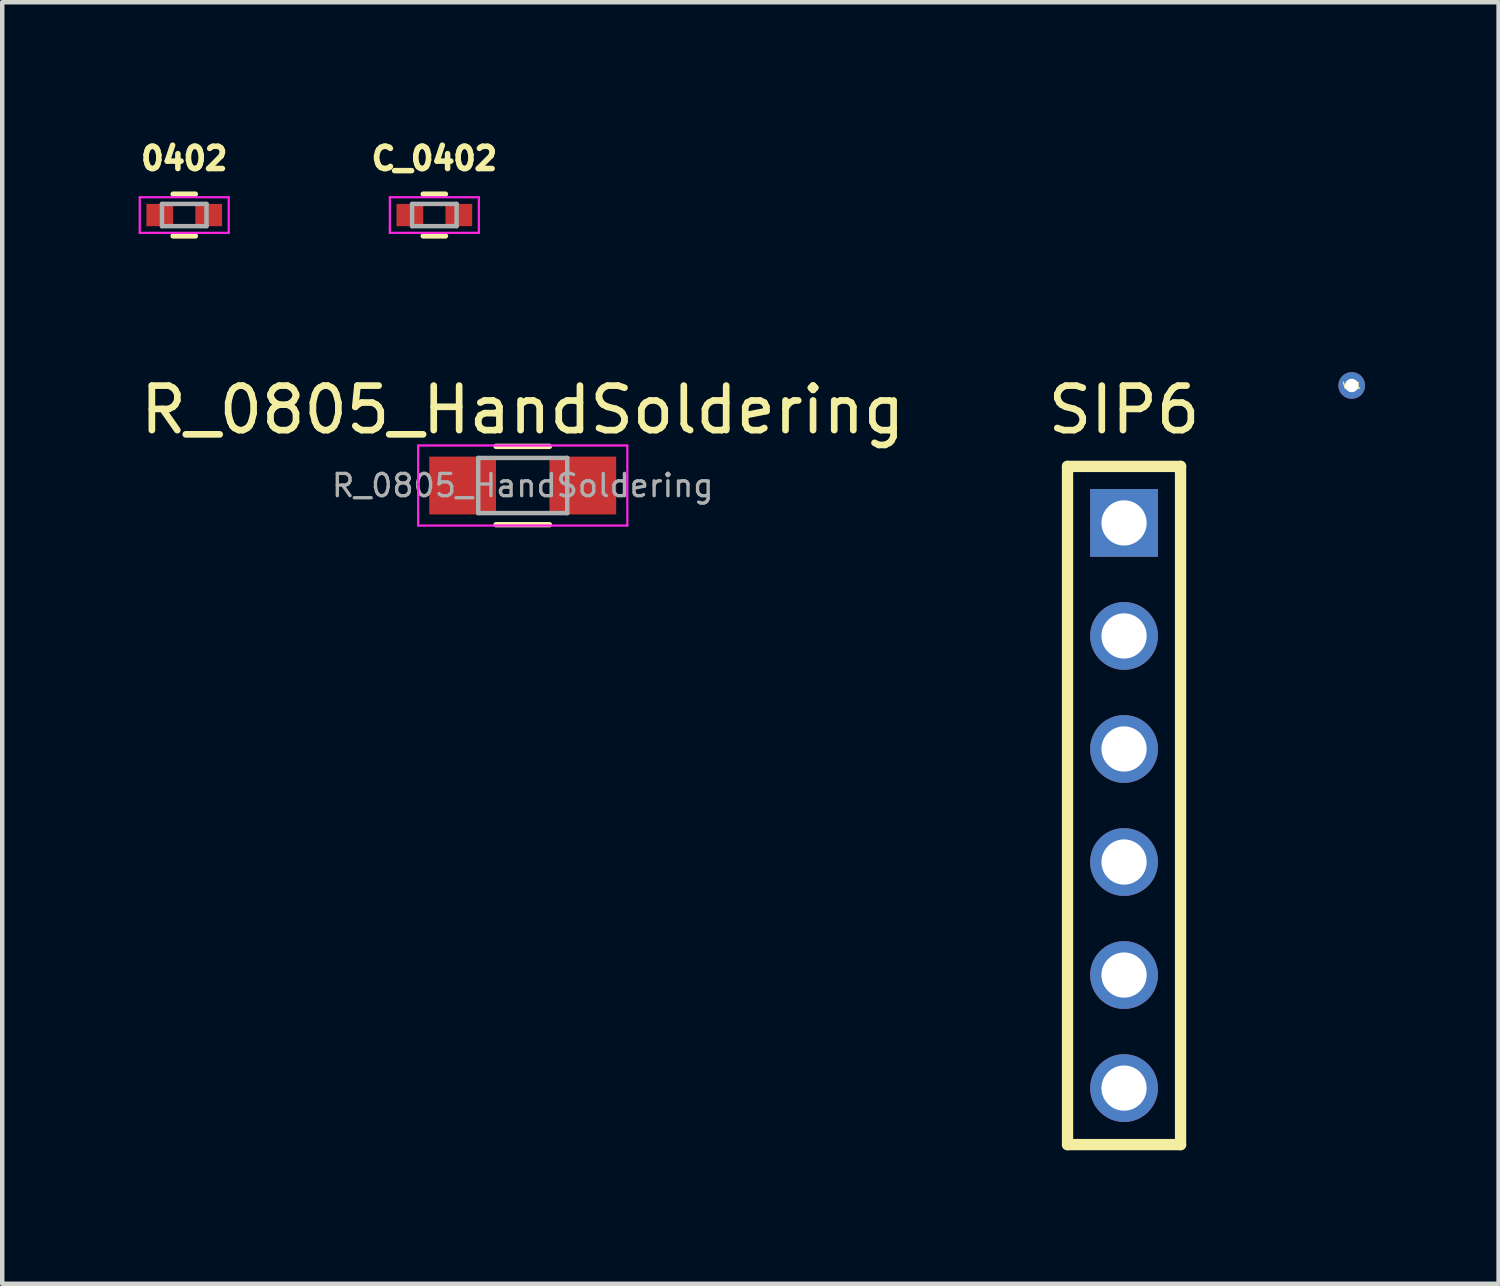
<source format=kicad_pcb>
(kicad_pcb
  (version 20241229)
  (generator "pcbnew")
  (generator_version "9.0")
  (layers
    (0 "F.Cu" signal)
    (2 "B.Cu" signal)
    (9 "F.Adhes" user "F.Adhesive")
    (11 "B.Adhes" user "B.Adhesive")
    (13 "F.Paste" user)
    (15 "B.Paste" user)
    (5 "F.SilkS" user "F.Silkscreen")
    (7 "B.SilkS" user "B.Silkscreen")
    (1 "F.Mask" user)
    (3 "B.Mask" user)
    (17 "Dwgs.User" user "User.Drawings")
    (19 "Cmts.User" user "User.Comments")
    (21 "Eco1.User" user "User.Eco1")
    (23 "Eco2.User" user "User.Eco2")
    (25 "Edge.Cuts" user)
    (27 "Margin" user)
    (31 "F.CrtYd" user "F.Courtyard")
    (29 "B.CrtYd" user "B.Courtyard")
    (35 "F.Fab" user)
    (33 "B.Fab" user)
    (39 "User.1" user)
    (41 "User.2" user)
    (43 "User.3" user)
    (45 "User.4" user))
  (footprint "R_0805_HandSoldering"
    (layer "F.Cu")
    (at 8.696 7.86)
    (property "Reference" "R_0805_HandSoldering" (at 0 -1.7 0) (layer "F.SilkS") (effects (font (size 1 1) (thickness 0.15))))
    (attr smd)
    (fp_line (start -0.6 -0.88) (end 0.6 -0.88) (stroke (width 0.12) (type solid)) (layer "F.SilkS"))
    (fp_line (start 0.6 0.88) (end -0.6 0.88) (stroke (width 0.12) (type solid)) (layer "F.SilkS"))
    (fp_line (start -2.35 -0.9) (end -2.35 0.9) (stroke (width 0.05) (type solid)) (layer "F.CrtYd"))
    (fp_line (start -2.35 -0.9) (end 2.35 -0.9) (stroke (width 0.05) (type solid)) (layer "F.CrtYd"))
    (fp_line (start 2.35 0.9) (end -2.35 0.9) (stroke (width 0.05) (type solid)) (layer "F.CrtYd"))
    (fp_line (start 2.35 0.9) (end 2.35 -0.9) (stroke (width 0.05) (type solid)) (layer "F.CrtYd"))
    (fp_line (start -1 -0.62) (end 1 -0.62) (stroke (width 0.1) (type solid)) (layer "F.Fab"))
    (fp_line (start -1 0.62) (end -1 -0.62) (stroke (width 0.1) (type solid)) (layer "F.Fab"))
    (fp_line (start 1 -0.62) (end 1 0.62) (stroke (width 0.1) (type solid)) (layer "F.Fab"))
    (fp_line (start 1 0.62) (end -1 0.62) (stroke (width 0.1) (type solid)) (layer "F.Fab"))
    (fp_text user "${REFERENCE}" (at 0 0 0) (layer "F.Fab") (effects (font (size 0.5 0.5) (thickness 0.075))))
    (pad "1" smd rect (at -1.35 0) (size 1.5 1.3) (layers "F.Cu" "F.Mask" "F.Paste"))
    (pad "2" smd rect (at 1.35 0) (size 1.5 1.3) (layers "F.Cu" "F.Mask" "F.Paste")))
  (footprint "C_0402"
    (layer "F.Cu")
    (at 6.71 1.782)
    (property "Reference" "C_0402" (at 0 -1.27 0) (layer "F.SilkS") (effects (font (size 0.5 0.5) (thickness 0.125))))
    (attr smd)
    (fp_line (start -0.25 0.47) (end 0.25 0.47) (stroke (width 0.12) (type solid)) (layer "F.SilkS"))
    (fp_line (start 0.25 -0.47) (end -0.25 -0.47) (stroke (width 0.12) (type solid)) (layer "F.SilkS"))
    (fp_line (start -1 -0.4) (end -1 0.4) (stroke (width 0.05) (type solid)) (layer "F.CrtYd"))
    (fp_line (start -1 -0.4) (end 1 -0.4) (stroke (width 0.05) (type solid)) (layer "F.CrtYd"))
    (fp_line (start 1 0.4) (end -1 0.4) (stroke (width 0.05) (type solid)) (layer "F.CrtYd"))
    (fp_line (start 1 0.4) (end 1 -0.4) (stroke (width 0.05) (type solid)) (layer "F.CrtYd"))
    (fp_line (start -0.5 -0.25) (end 0.5 -0.25) (stroke (width 0.1) (type solid)) (layer "F.Fab"))
    (fp_line (start -0.5 0.25) (end -0.5 -0.25) (stroke (width 0.1) (type solid)) (layer "F.Fab"))
    (fp_line (start 0.5 -0.25) (end 0.5 0.25) (stroke (width 0.1) (type solid)) (layer "F.Fab"))
    (fp_line (start 0.5 0.25) (end -0.5 0.25) (stroke (width 0.1) (type solid)) (layer "F.Fab"))
    (pad "1" smd rect (at -0.55 0) (size 0.6 0.5) (layers "F.Cu" "F.Mask" "F.Paste"))
    (pad "2" smd rect (at 0.55 0) (size 0.6 0.5) (layers "F.Cu" "F.Mask" "F.Paste")))
  (footprint "0402"
    (layer "F.Cu")
    (at 1.09 1.782)
    (property "Reference" "0402" (at 0 -1.27 0) (layer "F.SilkS") (effects (font (size 0.5 0.5) (thickness 0.125))))
    (attr smd)
    (fp_line (start -0.25 0.47) (end 0.25 0.47) (stroke (width 0.12) (type solid)) (layer "F.SilkS"))
    (fp_line (start 0.25 -0.47) (end -0.25 -0.47) (stroke (width 0.12) (type solid)) (layer "F.SilkS"))
    (fp_line (start -1 -0.4) (end -1 0.4) (stroke (width 0.05) (type solid)) (layer "F.CrtYd"))
    (fp_line (start -1 -0.4) (end 1 -0.4) (stroke (width 0.05) (type solid)) (layer "F.CrtYd"))
    (fp_line (start 1 0.4) (end -1 0.4) (stroke (width 0.05) (type solid)) (layer "F.CrtYd"))
    (fp_line (start 1 0.4) (end 1 -0.4) (stroke (width 0.05) (type solid)) (layer "F.CrtYd"))
    (fp_line (start -0.5 -0.25) (end 0.5 -0.25) (stroke (width 0.1) (type solid)) (layer "F.Fab"))
    (fp_line (start -0.5 0.25) (end -0.5 -0.25) (stroke (width 0.1) (type solid)) (layer "F.Fab"))
    (fp_line (start 0.5 -0.25) (end 0.5 0.25) (stroke (width 0.1) (type solid)) (layer "F.Fab"))
    (fp_line (start 0.5 0.25) (end -0.5 0.25) (stroke (width 0.1) (type solid)) (layer "F.Fab"))
    (pad "1" smd rect (at -0.55 0) (size 0.6 0.5) (layers "F.Cu" "F.Mask" "F.Paste"))
    (pad "2" smd rect (at 0.55 0) (size 0.6 0.5) (layers "F.Cu" "F.Mask" "F.Paste")))
  (footprint "SIP6"
    (layer "F.Cu")
    (at 22.208 15.05)
    (property "Reference" "SIP6" (at 0 -8.89 0) (layer "F.SilkS") (effects (font (size 1 1) (thickness 0.15))))
    (attr through_hole)
    (fp_line (start -1.27 -7.62) (end 1.27 -7.62) (stroke (width 0.254) (type solid)) (layer "F.SilkS"))
    (fp_line (start -1.27 7.62) (end -1.27 -7.62) (stroke (width 0.254) (type solid)) (layer "F.SilkS"))
    (fp_line (start 1.27 -7.62) (end 1.27 7.62) (stroke (width 0.254) (type solid)) (layer "F.SilkS"))
    (fp_line (start 1.27 7.62) (end -1.27 7.62) (stroke (width 0.254) (type solid)) (layer "F.SilkS"))
    (pad "1" thru_hole rect (at 0 -6.35) (size 1.524 1.524) (drill 1.016) (layers "*.Cu" "*.Mask"))
    (pad "2" thru_hole circle (at 0 -3.81) (size 1.524 1.524) (drill 1.016) (layers "*.Cu" "*.Mask"))
    (pad "3" thru_hole circle (at 0 -1.27) (size 1.524 1.524) (drill 1.016) (layers "*.Cu" "*.Mask"))
    (pad "4" thru_hole circle (at 0 1.27) (size 1.524 1.524) (drill 1.016) (layers "*.Cu" "*.Mask"))
    (pad "5" thru_hole circle (at 0 3.81) (size 1.524 1.524) (drill 1.016) (layers "*.Cu" "*.Mask"))
    (pad "6" thru_hole circle (at 0 6.35) (size 1.524 1.524) (drill 1.016) (layers "*.Cu" "*.Mask")))
  (footprint "VIA1"
    (layer "F.Cu")
    (at 27.324 5.612)
    (property "Reference" "VIA1" (at 0 0 0) (layer "F.SilkS") (effects (font (size 0.127 0.127) (thickness 0.032))))
    (attr through_hole)
    (pad "1" thru_hole circle (at 0 0) (size 0.6 0.6) (drill 0.3) (layers "*.Cu" "*.Mask")))
  (gr_rect
    (start -3 -3)
    (end 30.624 25.797)
    (stroke (width 0.1) (type default))
    (fill no)
    (layer "Edge.Cuts")))
</source>
